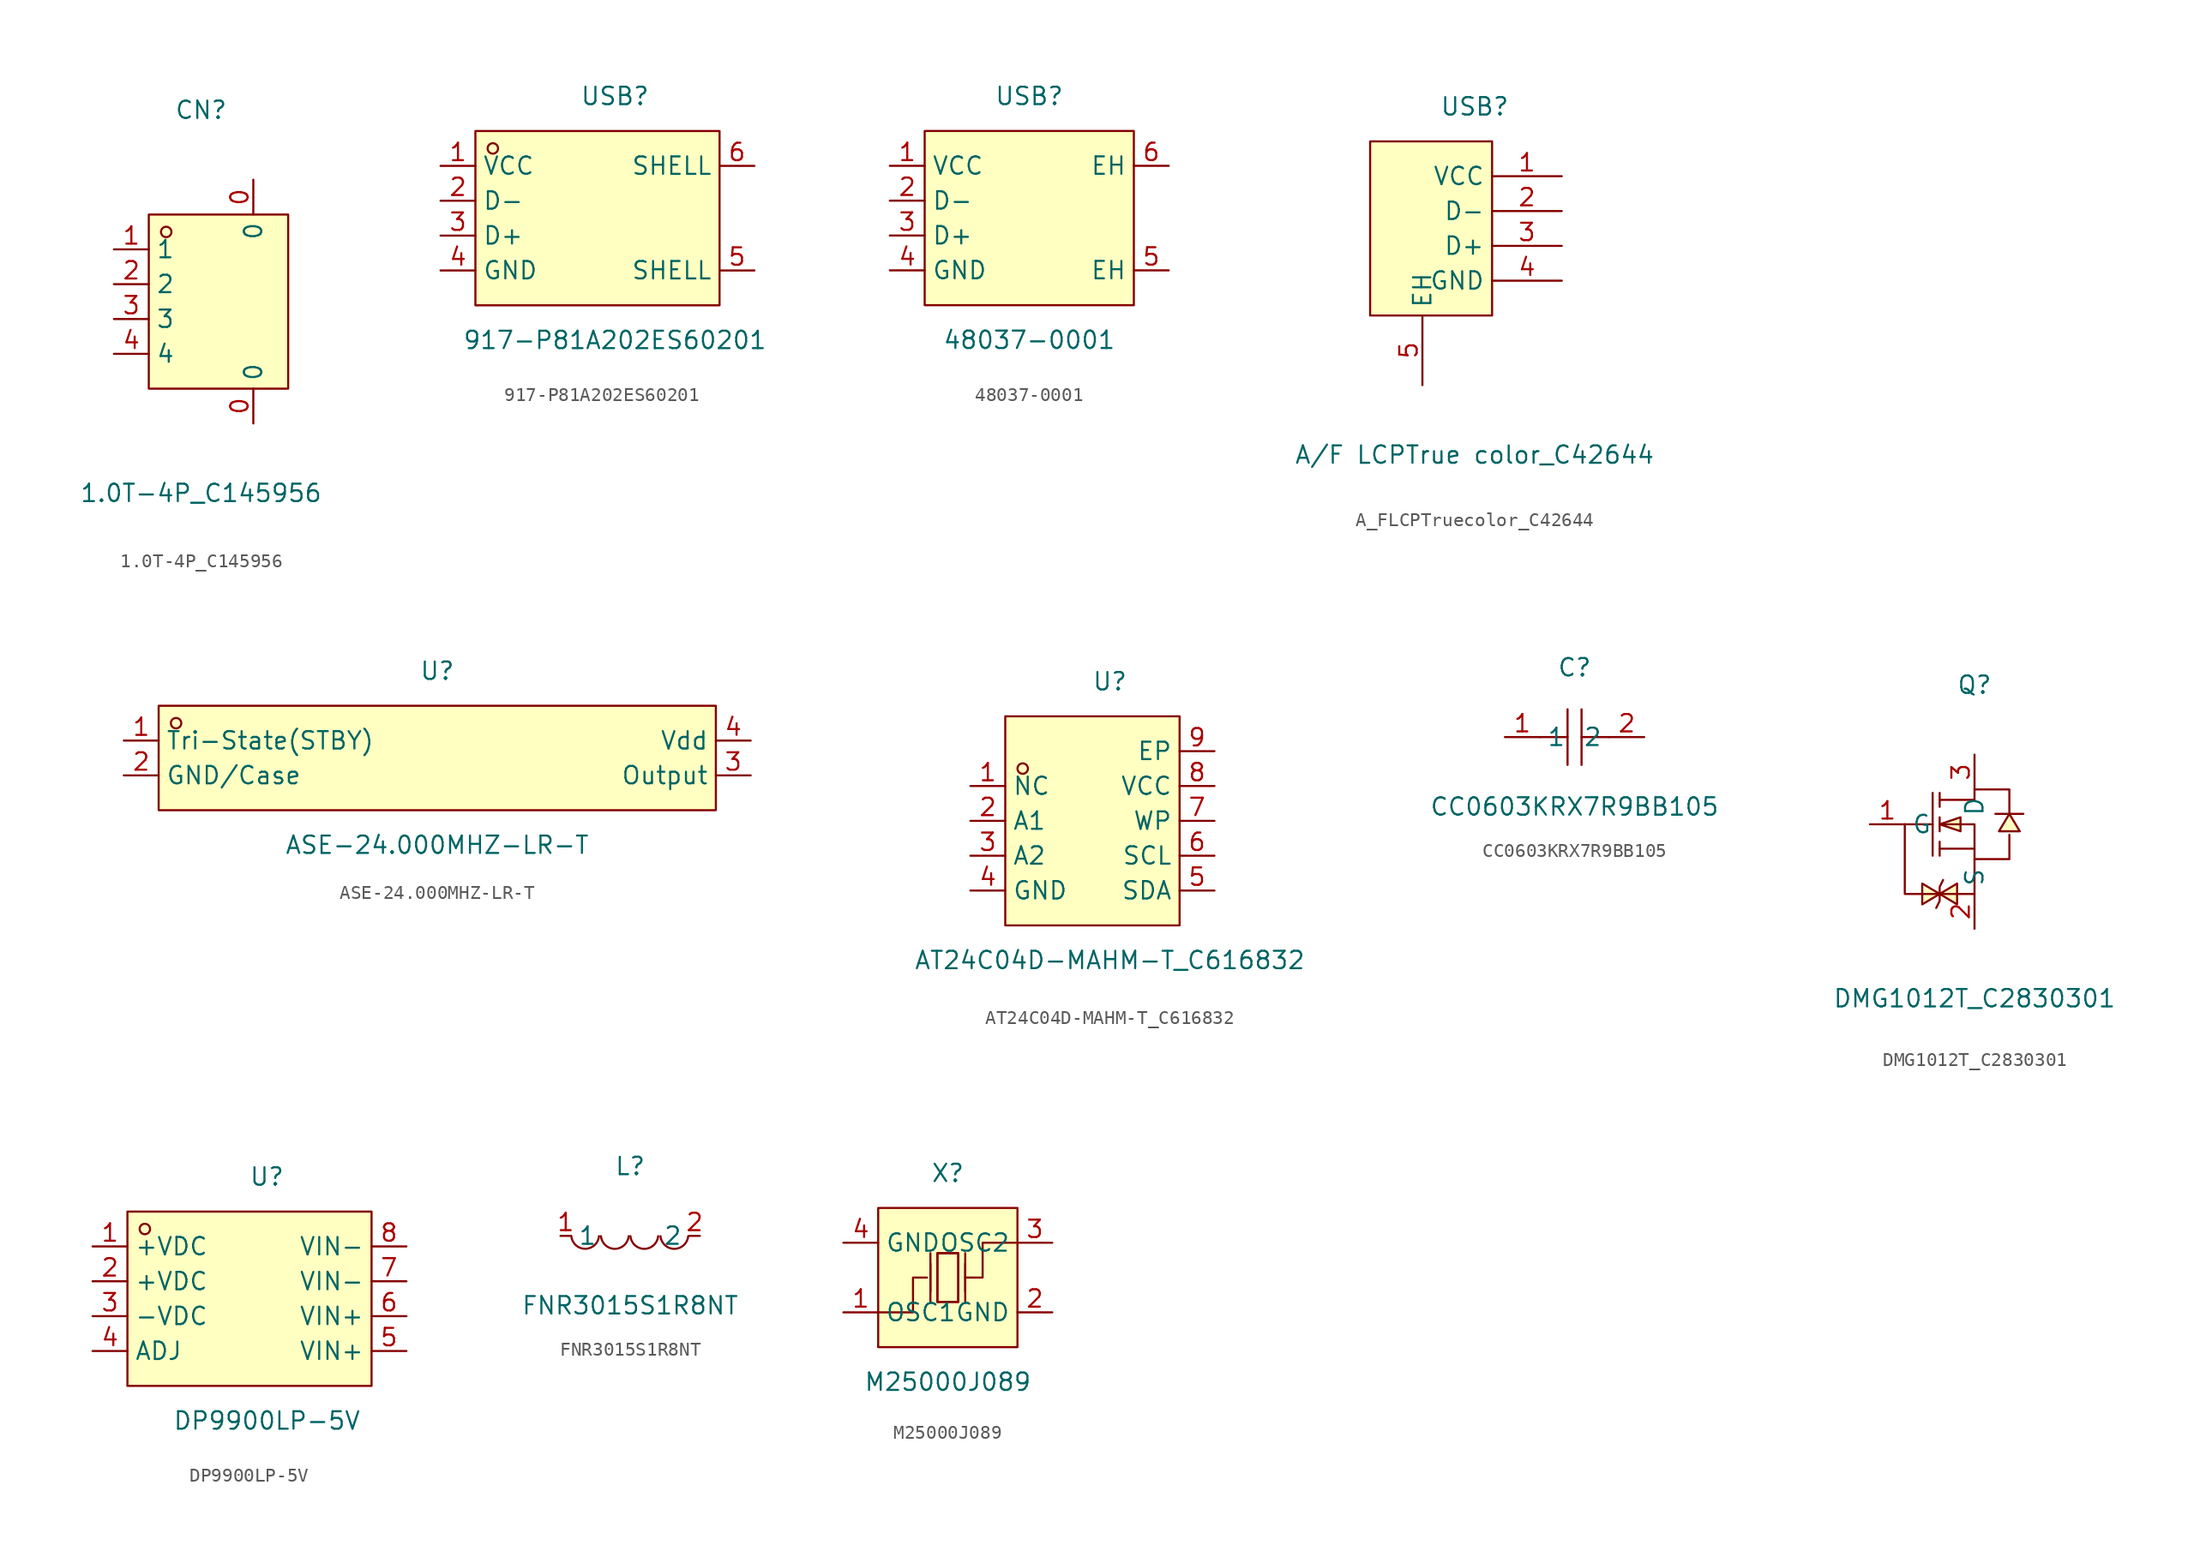
<source format=kicad_sym>
(kicad_symbol_lib
  (version 20211014)
  (generator https://github.com/uPesy/easyeda2kicad.py)
  (symbol "1.0T-4P_C145956"
    (property "Reference" "CN"
      (at 0 13.97 0)
      (effects (font (size 1.27 1.27))))
    (property "Value" "1.0T-4P_C145956"
      (at 0 -13.97 0)
      (effects (font (size 1.27 1.27))))
    (symbol "1.0T-4P_C145956_0_1"
      (rectangle (start -3.81 6.35) (end 6.35 -6.35) (stroke (width 0) (type default) (color 0 0 0 0)) (fill (type background)))
      (circle (center -2.54 5.08) (radius 0.38) (stroke (width 0) (type default) (color 0 0 0 0)) (fill (type none)))
      (pin unspecified line (at -6.35 3.81 0) (length 2.54) (name "1" (effects (font (size 1.27 1.27)))) (number "1" (effects (font (size 1.27 1.27)))))
      (pin unspecified line (at -6.35 1.27 0) (length 2.54) (name "2" (effects (font (size 1.27 1.27)))) (number "2" (effects (font (size 1.27 1.27)))))
      (pin unspecified line (at -6.35 -1.27 0) (length 2.54) (name "3" (effects (font (size 1.27 1.27)))) (number "3" (effects (font (size 1.27 1.27)))))
      (pin unspecified line (at -6.35 -3.81 0) (length 2.54) (name "4" (effects (font (size 1.27 1.27)))) (number "4" (effects (font (size 1.27 1.27)))))
      (pin unspecified line (at 3.81 -8.89 90) (length 2.54) (name "0" (effects (font (size 1.27 1.27)))) (number "0" (effects (font (size 1.27 1.27)))))
      (pin unspecified line (at 3.81 8.89 270) (length 2.54) (name "0" (effects (font (size 1.27 1.27)))) (number "0" (effects (font (size 1.27 1.27)))))))
  (symbol "917-P81A202ES60201"
    (property "Reference" "USB"
      (at 0 10.16 0)
      (effects (font (size 1.27 1.27))))
    (property "Value" "917-P81A202ES60201"
      (at 0 -7.62 0)
      (effects (font (size 1.27 1.27))))
    (symbol "917-P81A202ES60201_0_1"
      (rectangle (start -10.16 7.62) (end 7.62 -5.08) (stroke (width 0) (type default) (color 0 0 0 0)) (fill (type background)))
      (circle (center -8.89 6.35) (radius 0.38) (stroke (width 0) (type default) (color 0 0 0 0)) (fill (type none)))
      (pin unspecified line (at 10.16 5.08 180) (length 2.54) (name "SHELL" (effects (font (size 1.27 1.27)))) (number "6" (effects (font (size 1.27 1.27)))))
      (pin unspecified line (at 10.16 -2.54 180) (length 2.54) (name "SHELL" (effects (font (size 1.27 1.27)))) (number "5" (effects (font (size 1.27 1.27)))))
      (pin unspecified line (at -12.70 -2.54 0) (length 2.54) (name "GND" (effects (font (size 1.27 1.27)))) (number "4" (effects (font (size 1.27 1.27)))))
      (pin unspecified line (at -12.70 -0.00 0) (length 2.54) (name "D+" (effects (font (size 1.27 1.27)))) (number "3" (effects (font (size 1.27 1.27)))))
      (pin unspecified line (at -12.70 2.54 0) (length 2.54) (name "D-" (effects (font (size 1.27 1.27)))) (number "2" (effects (font (size 1.27 1.27)))))
      (pin unspecified line (at -12.70 5.08 0) (length 2.54) (name "VCC" (effects (font (size 1.27 1.27)))) (number "1" (effects (font (size 1.27 1.27)))))))
  (symbol "48037-0001"
    (property "Reference" "USB"
      (at 0 10.16 0)
      (effects (font (size 1.27 1.27))))
    (property "Value" "48037-0001"
      (at 0 -7.62 0)
      (effects (font (size 1.27 1.27))))
    (symbol "48037-0001_0_1"
      (rectangle (start -7.62 7.62) (end 7.62 -5.08) (stroke (width 0) (type default) (color 0 0 0 0)) (fill (type background)))
      (pin unspecified line (at 10.16 5.08 180) (length 2.54) (name "EH" (effects (font (size 1.27 1.27)))) (number "6" (effects (font (size 1.27 1.27)))))
      (pin input line (at -10.16 5.08 0) (length 2.54) (name "VCC" (effects (font (size 1.27 1.27)))) (number "1" (effects (font (size 1.27 1.27)))))
      (pin input line (at -10.16 2.54 0) (length 2.54) (name "D-" (effects (font (size 1.27 1.27)))) (number "2" (effects (font (size 1.27 1.27)))))
      (pin input line (at -10.16 -0.00 0) (length 2.54) (name "D+" (effects (font (size 1.27 1.27)))) (number "3" (effects (font (size 1.27 1.27)))))
      (pin input line (at -10.16 -2.54 0) (length 2.54) (name "GND" (effects (font (size 1.27 1.27)))) (number "4" (effects (font (size 1.27 1.27)))))
      (pin unspecified line (at 10.16 -2.54 180) (length 2.54) (name "EH" (effects (font (size 1.27 1.27)))) (number "5" (effects (font (size 1.27 1.27)))))))
  (symbol "A_FLCPTruecolor_C42644"
    (property "Reference" "USB"
      (at 0 8.89 0)
      (effects (font (size 1.27 1.27))))
    (property "Value" "A/F LCPTrue color_C42644"
      (at 0 -16.51 0)
      (effects (font (size 1.27 1.27))))
    (symbol "A_FLCPTruecolor_C42644_0_1"
      (rectangle (start -7.62 6.35) (end 1.27 -6.35) (stroke (width 0) (type default) (color 0 0 0 0)) (fill (type background)))
      (pin input line (at 6.35 3.81 180) (length 5.08) (name "VCC" (effects (font (size 1.27 1.27)))) (number "1" (effects (font (size 1.27 1.27)))))
      (pin input line (at 6.35 1.27 180) (length 5.08) (name "D-" (effects (font (size 1.27 1.27)))) (number "2" (effects (font (size 1.27 1.27)))))
      (pin input line (at 6.35 -1.27 180) (length 5.08) (name "D+" (effects (font (size 1.27 1.27)))) (number "3" (effects (font (size 1.27 1.27)))))
      (pin input line (at 6.35 -3.81 180) (length 5.08) (name "GND" (effects (font (size 1.27 1.27)))) (number "4" (effects (font (size 1.27 1.27)))))
      (pin unspecified line (at -3.81 -11.43 90) (length 5.08) (name "EH" (effects (font (size 1.27 1.27)))) (number "5" (effects (font (size 1.27 1.27)))))))
  (symbol "ASE-24.000MHZ-LR-T"
    (property "Reference" "U"
      (at 0 6.35 0)
      (effects (font (size 1.27 1.27))))
    (property "Value" "ASE-24.000MHZ-LR-T"
      (at 0 -6.35 0)
      (effects (font (size 1.27 1.27))))
    (symbol "ASE-24.000MHZ-LR-T_0_1"
      (rectangle (start -20.32 3.81) (end 20.32 -3.81) (stroke (width 0) (type default) (color 0 0 0 0)) (fill (type background)))
      (circle (center -19.05 2.54) (radius 0.38) (stroke (width 0) (type default) (color 0 0 0 0)) (fill (type none)))
      (pin unspecified line (at -22.86 1.27 0) (length 2.54) (name "Tri-State(STBY)" (effects (font (size 1.27 1.27)))) (number "1" (effects (font (size 1.27 1.27)))))
      (pin unspecified line (at -22.86 -1.27 0) (length 2.54) (name "GND/Case" (effects (font (size 1.27 1.27)))) (number "2" (effects (font (size 1.27 1.27)))))
      (pin unspecified line (at 22.86 -1.27 180) (length 2.54) (name "Output" (effects (font (size 1.27 1.27)))) (number "3" (effects (font (size 1.27 1.27)))))
      (pin unspecified line (at 22.86 1.27 180) (length 2.54) (name "Vdd" (effects (font (size 1.27 1.27)))) (number "4" (effects (font (size 1.27 1.27)))))))
  (symbol "AT24C04D-MAHM-T_C616832"
    (property "Reference" "U"
      (at 0 10.16 0)
      (effects (font (size 1.27 1.27))))
    (property "Value" "AT24C04D-MAHM-T_C616832"
      (at 0 -10.16 0)
      (effects (font (size 1.27 1.27))))
    (symbol "AT24C04D-MAHM-T_C616832_0_1"
      (rectangle (start -7.62 7.62) (end 5.08 -7.62) (stroke (width 0) (type default) (color 0 0 0 0)) (fill (type background)))
      (circle (center -6.35 3.81) (radius 0.38) (stroke (width 0) (type default) (color 0 0 0 0)) (fill (type none)))
      (pin unspecified line (at 7.62 5.08 180) (length 2.54) (name "EP" (effects (font (size 1.27 1.27)))) (number "9" (effects (font (size 1.27 1.27)))))
      (pin unspecified line (at 7.62 2.54 180) (length 2.54) (name "VCC" (effects (font (size 1.27 1.27)))) (number "8" (effects (font (size 1.27 1.27)))))
      (pin unspecified line (at 7.62 -0.00 180) (length 2.54) (name "WP" (effects (font (size 1.27 1.27)))) (number "7" (effects (font (size 1.27 1.27)))))
      (pin unspecified line (at 7.62 -2.54 180) (length 2.54) (name "SCL" (effects (font (size 1.27 1.27)))) (number "6" (effects (font (size 1.27 1.27)))))
      (pin unspecified line (at 7.62 -5.08 180) (length 2.54) (name "SDA" (effects (font (size 1.27 1.27)))) (number "5" (effects (font (size 1.27 1.27)))))
      (pin unspecified line (at -10.16 -5.08 0) (length 2.54) (name "GND" (effects (font (size 1.27 1.27)))) (number "4" (effects (font (size 1.27 1.27)))))
      (pin unspecified line (at -10.16 -2.54 0) (length 2.54) (name "A2" (effects (font (size 1.27 1.27)))) (number "3" (effects (font (size 1.27 1.27)))))
      (pin unspecified line (at -10.16 -0.00 0) (length 2.54) (name "A1" (effects (font (size 1.27 1.27)))) (number "2" (effects (font (size 1.27 1.27)))))
      (pin unspecified line (at -10.16 2.54 0) (length 2.54) (name "NC" (effects (font (size 1.27 1.27)))) (number "1" (effects (font (size 1.27 1.27)))))))
  (symbol "CC0603KRX7R9BB105"
    (property "Reference" "C"
      (at 0 5.08 0)
      (effects (font (size 1.27 1.27))))
    (property "Value" "CC0603KRX7R9BB105"
      (at 0 -5.08 0)
      (effects (font (size 1.27 1.27))))
    (symbol "CC0603KRX7R9BB105_0_1"
      (polyline (pts (xy -0.51 -2.03) (xy -0.51 2.03)) (stroke (width 0) (type default) (color 0 0 0 0)) (fill (type none)))
      (polyline (pts (xy 2.54 -0.00) (xy 0.51 -0.00)) (stroke (width 0) (type default) (color 0 0 0 0)) (fill (type none)))
      (polyline (pts (xy 0.51 2.03) (xy 0.51 -2.03)) (stroke (width 0) (type default) (color 0 0 0 0)) (fill (type none)))
      (polyline (pts (xy -0.51 -0.00) (xy -2.54 -0.00)) (stroke (width 0) (type default) (color 0 0 0 0)) (fill (type none)))
      (pin unspecified line (at -5.08 -0.00 0) (length 2.54) (name "1" (effects (font (size 1.27 1.27)))) (number "1" (effects (font (size 1.27 1.27)))))
      (pin unspecified line (at 5.08 -0.00 180) (length 2.54) (name "2" (effects (font (size 1.27 1.27)))) (number "2" (effects (font (size 1.27 1.27)))))))
  (symbol "DMG1012T_C2830301"
    (property "Reference" "Q"
      (at 0 10.16 0)
      (effects (font (size 1.27 1.27))))
    (property "Value" "DMG1012T_C2830301"
      (at 0 -12.70 0)
      (effects (font (size 1.27 1.27))))
    (symbol "DMG1012T_C2830301_0_1"
      (polyline (pts (xy -2.79 -6.10) (xy -2.54 -5.59) (xy -2.54 -4.57) (xy -2.29 -4.06)) (stroke (width 0) (type default) (color 0 0 0 0)) (fill (type none)))
      (polyline (pts (xy -2.54 1.78) (xy 0.00 1.78) (xy 0.00 2.54) (xy 2.54 2.54) (xy 2.54 0.76)) (stroke (width 0) (type default) (color 0 0 0 0)) (fill (type none)))
      (polyline (pts (xy -2.54 -0.00) (xy 0.00 -0.00) (xy 0.00 -2.54) (xy 2.54 -2.54) (xy 2.54 -0.76)) (stroke (width 0) (type default) (color 0 0 0 0)) (fill (type none)))
      (polyline (pts (xy 0.00 -1.78) (xy -2.54 -1.78)) (stroke (width 0) (type default) (color 0 0 0 0)) (fill (type none)))
      (polyline (pts (xy -3.05 2.29) (xy -3.05 -2.29)) (stroke (width 0) (type default) (color 0 0 0 0)) (fill (type none)))
      (polyline (pts (xy -2.54 2.29) (xy -2.54 1.27)) (stroke (width 0) (type default) (color 0 0 0 0)) (fill (type none)))
      (polyline (pts (xy -2.54 -0.51) (xy -2.54 0.51)) (stroke (width 0) (type default) (color 0 0 0 0)) (fill (type none)))
      (polyline (pts (xy -2.54 -2.29) (xy -2.54 -1.27)) (stroke (width 0) (type default) (color 0 0 0 0)) (fill (type none)))
      (polyline (pts (xy 0.00 -2.54) (xy 0.00 -5.08) (xy -5.08 -5.08) (xy -5.08 -0.00) (xy -3.05 -0.00)) (stroke (width 0) (type default) (color 0 0 0 0)) (fill (type none)))
      (polyline (pts (xy 3.56 0.76) (xy 3.05 0.76) (xy 2.03 0.76) (xy 1.52 0.76)) (stroke (width 0) (type default) (color 0 0 0 0)) (fill (type none)))
      (polyline (pts (xy -2.54 -5.08) (xy -1.27 -5.84) (xy -1.27 -4.32) (xy -2.54 -5.08)) (stroke (width 0) (type default) (color 0 0 0 0)) (fill (type background)))
      (polyline (pts (xy -2.54 -5.08) (xy -3.81 -4.32) (xy -3.81 -5.84) (xy -2.54 -5.08)) (stroke (width 0) (type default) (color 0 0 0 0)) (fill (type background)))
      (polyline (pts (xy -2.54 -0.00) (xy -1.02 -0.51) (xy -1.02 0.51) (xy -2.54 -0.00)) (stroke (width 0) (type default) (color 0 0 0 0)) (fill (type background)))
      (polyline (pts (xy 2.54 0.76) (xy 1.78 -0.51) (xy 3.30 -0.51) (xy 2.54 0.76)) (stroke (width 0) (type default) (color 0 0 0 0)) (fill (type background)))
      (pin unspecified line (at 0.00 5.08 270) (length 2.54) (name "D" (effects (font (size 1.27 1.27)))) (number "3" (effects (font (size 1.27 1.27)))))
      (pin unspecified line (at -7.62 -0.00 0) (length 2.54) (name "G" (effects (font (size 1.27 1.27)))) (number "1" (effects (font (size 1.27 1.27)))))
      (pin unspecified line (at 0.00 -7.62 90) (length 2.54) (name "S" (effects (font (size 1.27 1.27)))) (number "2" (effects (font (size 1.27 1.27)))))))
  (symbol "DP9900LP-5V"
    (property "Reference" "U"
      (at 0 10.16 0)
      (effects (font (size 1.27 1.27))))
    (property "Value" "DP9900LP-5V"
      (at 0 -7.62 0)
      (effects (font (size 1.27 1.27))))
    (symbol "DP9900LP-5V_0_1"
      (rectangle (start -10.16 7.62) (end 7.62 -5.08) (stroke (width 0) (type default) (color 0 0 0 0)) (fill (type background)))
      (circle (center -8.89 6.35) (radius 0.38) (stroke (width 0) (type default) (color 0 0 0 0)) (fill (type none)))
      (pin unspecified line (at 10.16 5.08 180) (length 2.54) (name "VIN-" (effects (font (size 1.27 1.27)))) (number "8" (effects (font (size 1.27 1.27)))))
      (pin unspecified line (at 10.16 2.54 180) (length 2.54) (name "VIN-" (effects (font (size 1.27 1.27)))) (number "7" (effects (font (size 1.27 1.27)))))
      (pin unspecified line (at 10.16 -0.00 180) (length 2.54) (name "VIN+" (effects (font (size 1.27 1.27)))) (number "6" (effects (font (size 1.27 1.27)))))
      (pin unspecified line (at 10.16 -2.54 180) (length 2.54) (name "VIN+" (effects (font (size 1.27 1.27)))) (number "5" (effects (font (size 1.27 1.27)))))
      (pin unspecified line (at -12.70 -2.54 0) (length 2.54) (name "ADJ" (effects (font (size 1.27 1.27)))) (number "4" (effects (font (size 1.27 1.27)))))
      (pin unspecified line (at -12.70 -0.00 0) (length 2.54) (name "-VDC" (effects (font (size 1.27 1.27)))) (number "3" (effects (font (size 1.27 1.27)))))
      (pin unspecified line (at -12.70 2.54 0) (length 2.54) (name "+VDC" (effects (font (size 1.27 1.27)))) (number "2" (effects (font (size 1.27 1.27)))))
      (pin unspecified line (at -12.70 5.08 0) (length 2.54) (name "+VDC" (effects (font (size 1.27 1.27)))) (number "1" (effects (font (size 1.27 1.27)))))))
  (symbol "FNR3015S1R8NT"
    (property "Reference" "L"
      (at 0 5.08 0)
      (effects (font (size 1.27 1.27))))
    (property "Value" "FNR3015S1R8NT"
      (at 0 -5.08 0)
      (effects (font (size 1.27 1.27))))
    (symbol "FNR3015S1R8NT_0_1"
      (arc (start -4.29 -0.02) (mid -2.81 -1.01) (end -2.27 -0.02) (stroke (width 0) (type default) (color 0 0 0 0)) (fill (type none)))
      (arc (start -2.13 -0.02) (mid -0.66 -1.01) (end -0.11 -0.02) (stroke (width 0) (type default) (color 0 0 0 0)) (fill (type none)))
      (arc (start 0.02 -0.02) (mid 1.49 -1.01) (end 2.04 -0.02) (stroke (width 0) (type default) (color 0 0 0 0)) (fill (type none)))
      (arc (start 2.21 -0.02) (mid 3.68 -1.01) (end 4.23 -0.02) (stroke (width 0) (type default) (color 0 0 0 0)) (fill (type none)))
      (pin unspecified line (at 5.08 -0.00 180) (length 0.762) (name "2" (effects (font (size 1.27 1.27)))) (number "2" (effects (font (size 1.27 1.27)))))
      (pin unspecified line (at -5.08 -0.00 0) (length 0.762) (name "1" (effects (font (size 1.27 1.27)))) (number "1" (effects (font (size 1.27 1.27)))))))
  (symbol "M25000J089"
    (property "Reference" "X"
      (at 0 7.62 0)
      (effects (font (size 1.27 1.27))))
    (property "Value" "M25000J089"
      (at 0 -7.62 0)
      (effects (font (size 1.27 1.27))))
    (symbol "M25000J089_0_1"
      (rectangle (start -5.08 5.08) (end 5.08 -5.08) (stroke (width 0) (type default) (color 0 0 0 0)) (fill (type background)))
      (polyline (pts (xy -1.27 -1.02) (xy -1.27 1.02)) (stroke (width 0) (type default) (color 0 0 0 0)) (fill (type none)))
      (polyline (pts (xy 0.76 -1.78) (xy -0.76 -1.78)) (stroke (width 0) (type default) (color 0 0 0 0)) (fill (type none)))
      (polyline (pts (xy 1.27 -1.02) (xy 1.27 1.02)) (stroke (width 0) (type default) (color 0 0 0 0)) (fill (type none)))
      (polyline (pts (xy -0.76 -1.78) (xy -0.76 1.78) (xy 0.76 1.78) (xy 0.76 -1.78)) (stroke (width 0) (type default) (color 0 0 0 0)) (fill (type none)))
      (polyline (pts (xy 5.08 2.54) (xy 2.54 2.54) (xy 2.54 -0.00) (xy 1.27 -0.00)) (stroke (width 0) (type default) (color 0 0 0 0)) (fill (type none)))
      (polyline (pts (xy -5.08 -2.54) (xy -2.54 -2.54) (xy -2.54 -0.00) (xy -1.52 -0.00)) (stroke (width 0) (type default) (color 0 0 0 0)) (fill (type none)))
      (polyline (pts (xy 1.27 -1.78) (xy 1.27 1.78)) (stroke (width 0) (type default) (color 0 0 0 0)) (fill (type none)))
      (polyline (pts (xy -1.27 -1.78) (xy -1.27 1.78)) (stroke (width 0) (type default) (color 0 0 0 0)) (fill (type none)))
      (polyline (pts (xy 0.76 1.78) (xy 0.76 -1.78) (xy -0.76 -1.78) (xy -0.76 1.78) (xy 0.76 1.78)) (stroke (width 0) (type default) (color 0 0 0 0)) (fill (type background)))
      (pin input line (at -7.62 -2.54 0) (length 2.54) (name "OSC1" (effects (font (size 1.27 1.27)))) (number "1" (effects (font (size 1.27 1.27)))))
      (pin input line (at 7.62 2.54 180) (length 2.54) (name "OSC2" (effects (font (size 1.27 1.27)))) (number "3" (effects (font (size 1.27 1.27)))))
      (pin input line (at 7.62 -2.54 180) (length 2.54) (name "GND" (effects (font (size 1.27 1.27)))) (number "2" (effects (font (size 1.27 1.27)))))
      (pin input line (at -7.62 2.54 0) (length 2.54) (name "GND" (effects (font (size 1.27 1.27)))) (number "4" (effects (font (size 1.27 1.27))))))))
</source>
